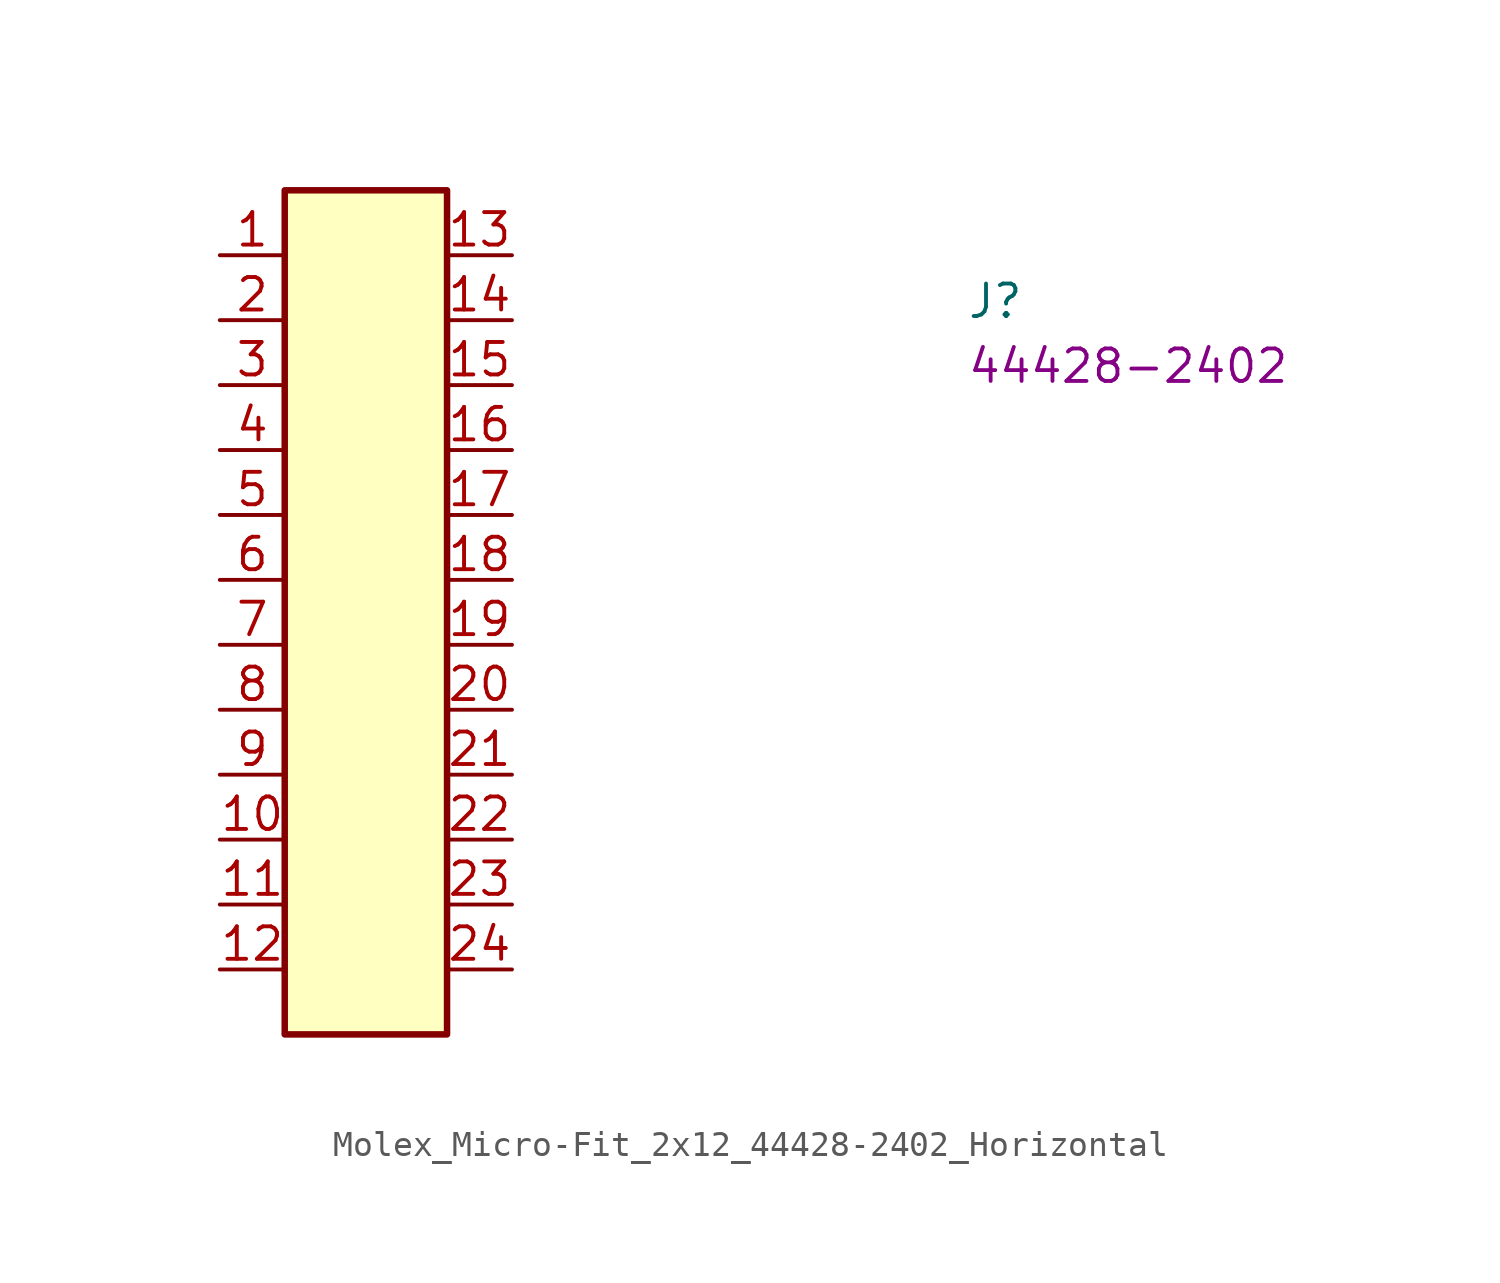
<source format=kicad_sym>
(kicad_symbol_lib
  (version 20220914)
  (generator kicad_symbol_editor)
  (symbol "Molex_Micro-Fit_2x12_44428-2402_Horizontal"
    (property "Reference" "J"
      (at 29.21 -2.54 0)
      (effects (font (size 1.27 1.27) (thickness 0.15)) (justify left bottom)))
    (property "MPN" "44428-2402"
      (at 29.21 -5.08 0)
      (effects (font (size 1.27 1.27) (thickness 0.15)) (justify left bottom)))
    (symbol "Molex_Micro-Fit_2x12_44428-2402_Horizontal_1_1"
      (rectangle (start 2.54 2.54) (end 8.89 -30.48) (stroke (width 0.254) (type default)) (fill (type background)))
      (pin input line (at 0 0 0) (length 2.54) (name "~" (effects (font (size 1.27 1.27)))) (number "1" (effects (font (size 1.27 1.27)))))
      (pin input line (at 0 -22.86 0) (length 2.54) (name "~" (effects (font (size 1.27 1.27)))) (number "10" (effects (font (size 1.27 1.27)))))
      (pin input line (at 0 -25.4 0) (length 2.54) (name "~" (effects (font (size 1.27 1.27)))) (number "11" (effects (font (size 1.27 1.27)))))
      (pin input line (at 0 -27.94 0) (length 2.54) (name "~" (effects (font (size 1.27 1.27)))) (number "12" (effects (font (size 1.27 1.27)))))
      (pin input line (at 11.43 0 180) (length 2.54) (name "~" (effects (font (size 1.27 1.27)))) (number "13" (effects (font (size 1.27 1.27)))))
      (pin input line (at 11.43 -2.54 180) (length 2.54) (name "~" (effects (font (size 1.27 1.27)))) (number "14" (effects (font (size 1.27 1.27)))))
      (pin input line (at 11.43 -5.08 180) (length 2.54) (name "~" (effects (font (size 1.27 1.27)))) (number "15" (effects (font (size 1.27 1.27)))))
      (pin input line (at 11.43 -7.62 180) (length 2.54) (name "~" (effects (font (size 1.27 1.27)))) (number "16" (effects (font (size 1.27 1.27)))))
      (pin input line (at 11.43 -10.16 180) (length 2.54) (name "~" (effects (font (size 1.27 1.27)))) (number "17" (effects (font (size 1.27 1.27)))))
      (pin input line (at 11.43 -12.7 180) (length 2.54) (name "~" (effects (font (size 1.27 1.27)))) (number "18" (effects (font (size 1.27 1.27)))))
      (pin input line (at 11.43 -15.24 180) (length 2.54) (name "~" (effects (font (size 1.27 1.27)))) (number "19" (effects (font (size 1.27 1.27)))))
      (pin input line (at 0 -2.54 0) (length 2.54) (name "~" (effects (font (size 1.27 1.27)))) (number "2" (effects (font (size 1.27 1.27)))))
      (pin input line (at 11.43 -17.78 180) (length 2.54) (name "~" (effects (font (size 1.27 1.27)))) (number "20" (effects (font (size 1.27 1.27)))))
      (pin input line (at 11.43 -20.32 180) (length 2.54) (name "~" (effects (font (size 1.27 1.27)))) (number "21" (effects (font (size 1.27 1.27)))))
      (pin input line (at 11.43 -22.86 180) (length 2.54) (name "~" (effects (font (size 1.27 1.27)))) (number "22" (effects (font (size 1.27 1.27)))))
      (pin input line (at 11.43 -25.4 180) (length 2.54) (name "~" (effects (font (size 1.27 1.27)))) (number "23" (effects (font (size 1.27 1.27)))))
      (pin input line (at 11.43 -27.94 180) (length 2.54) (name "~" (effects (font (size 1.27 1.27)))) (number "24" (effects (font (size 1.27 1.27)))))
      (pin input line (at 0 -5.08 0) (length 2.54) (name "~" (effects (font (size 1.27 1.27)))) (number "3" (effects (font (size 1.27 1.27)))))
      (pin input line (at 0 -7.62 0) (length 2.54) (name "~" (effects (font (size 1.27 1.27)))) (number "4" (effects (font (size 1.27 1.27)))))
      (pin input line (at 0 -10.16 0) (length 2.54) (name "~" (effects (font (size 1.27 1.27)))) (number "5" (effects (font (size 1.27 1.27)))))
      (pin input line (at 0 -12.7 0) (length 2.54) (name "~" (effects (font (size 1.27 1.27)))) (number "6" (effects (font (size 1.27 1.27)))))
      (pin input line (at 0 -15.24 0) (length 2.54) (name "~" (effects (font (size 1.27 1.27)))) (number "7" (effects (font (size 1.27 1.27)))))
      (pin input line (at 0 -17.78 0) (length 2.54) (name "~" (effects (font (size 1.27 1.27)))) (number "8" (effects (font (size 1.27 1.27)))))
      (pin input line (at 0 -20.32 0) (length 2.54) (name "~" (effects (font (size 1.27 1.27)))) (number "9" (effects (font (size 1.27 1.27))))))))
</source>
